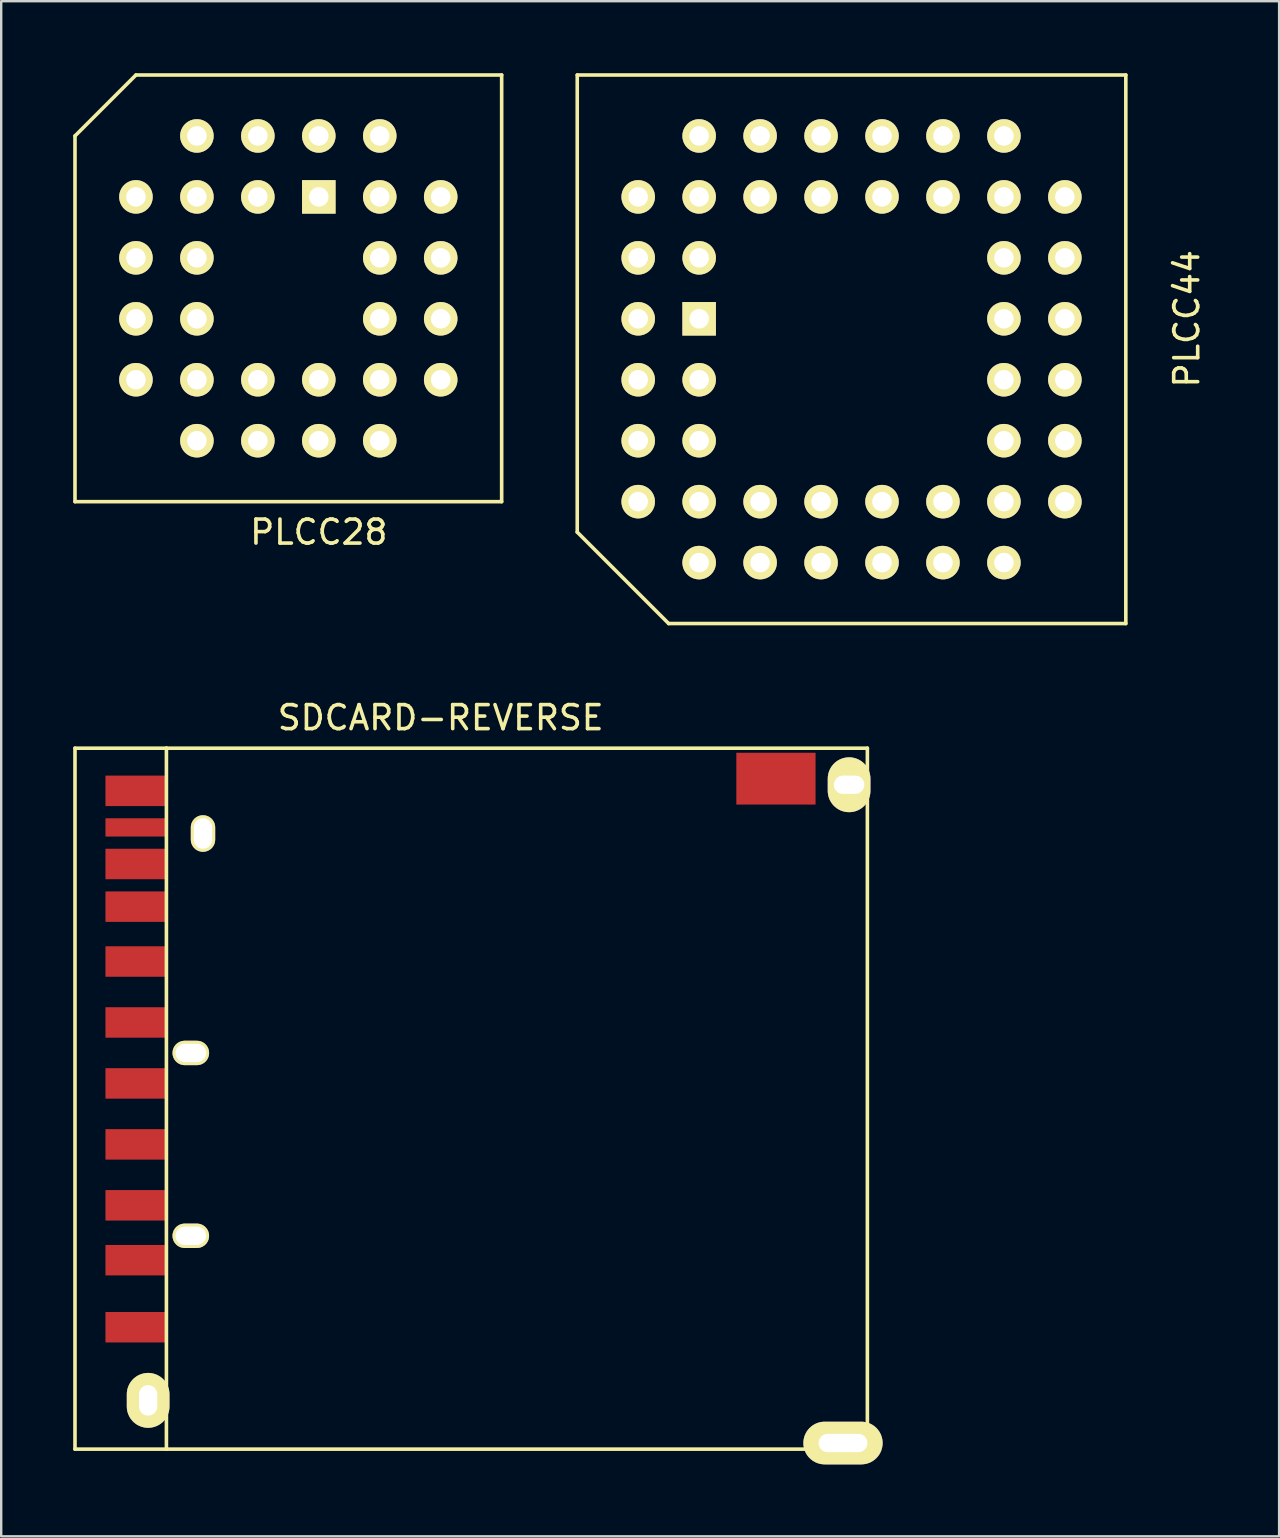
<source format=kicad_pcb>
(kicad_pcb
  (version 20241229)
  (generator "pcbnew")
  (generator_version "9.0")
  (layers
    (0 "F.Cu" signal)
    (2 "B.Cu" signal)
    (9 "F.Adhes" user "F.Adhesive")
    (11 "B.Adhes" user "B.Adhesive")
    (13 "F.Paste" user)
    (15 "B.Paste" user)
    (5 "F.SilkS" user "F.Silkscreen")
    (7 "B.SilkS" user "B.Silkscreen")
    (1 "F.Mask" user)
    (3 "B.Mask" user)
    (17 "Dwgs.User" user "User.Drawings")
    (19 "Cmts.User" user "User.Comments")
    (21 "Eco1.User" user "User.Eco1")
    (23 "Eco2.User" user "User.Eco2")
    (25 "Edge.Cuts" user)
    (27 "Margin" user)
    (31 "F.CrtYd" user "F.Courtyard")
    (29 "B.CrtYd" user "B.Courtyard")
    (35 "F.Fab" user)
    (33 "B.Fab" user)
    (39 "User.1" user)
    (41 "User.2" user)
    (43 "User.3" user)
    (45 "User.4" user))
  (footprint "PLCC28"
    (layer "F.Cu")
    (at 8.965 8.965)
    (property "Reference" "PLCC28" (at 1.27 10.16 0) (layer "F.SilkS") (effects (font (size 1 1) (thickness 0.15))))
    (attr through_hole)
    (fp_line (start -8.89 -6.35) (end -8.89 8.89) (stroke (width 0.15) (type solid)) (layer "F.SilkS"))
    (fp_line (start -8.89 8.89) (end 8.89 8.89) (stroke (width 0.15) (type solid)) (layer "F.SilkS"))
    (fp_line (start -6.35 -8.89) (end -8.89 -6.35) (stroke (width 0.15) (type solid)) (layer "F.SilkS"))
    (fp_line (start 8.89 -8.89) (end -6.35 -8.89) (stroke (width 0.15) (type solid)) (layer "F.SilkS"))
    (fp_line (start 8.89 8.89) (end 8.89 -8.89) (stroke (width 0.15) (type solid)) (layer "F.SilkS"))
    (pad "1" thru_hole rect (at 1.27 -3.81) (size 1.397 1.397) (drill 0.813) (layers "*.Cu" "*.Mask" "F.SilkS"))
    (pad "2" thru_hole circle (at -1.27 -6.35) (size 1.397 1.397) (drill 0.813) (layers "*.Cu" "*.Mask" "F.SilkS"))
    (pad "3" thru_hole circle (at -1.27 -3.81) (size 1.397 1.397) (drill 0.813) (layers "*.Cu" "*.Mask" "F.SilkS"))
    (pad "4" thru_hole circle (at -3.81 -6.35) (size 1.397 1.397) (drill 0.813) (layers "*.Cu" "*.Mask" "F.SilkS"))
    (pad "5" thru_hole circle (at -6.35 -3.81) (size 1.397 1.397) (drill 0.813) (layers "*.Cu" "*.Mask" "F.SilkS"))
    (pad "6" thru_hole circle (at -3.81 -3.81) (size 1.397 1.397) (drill 0.813) (layers "*.Cu" "*.Mask" "F.SilkS"))
    (pad "7" thru_hole circle (at -6.35 -1.27) (size 1.397 1.397) (drill 0.813) (layers "*.Cu" "*.Mask" "F.SilkS"))
    (pad "8" thru_hole circle (at -3.81 -1.27) (size 1.397 1.397) (drill 0.813) (layers "*.Cu" "*.Mask" "F.SilkS"))
    (pad "9" thru_hole circle (at -6.35 1.27) (size 1.397 1.397) (drill 0.813) (layers "*.Cu" "*.Mask" "F.SilkS"))
    (pad "10" thru_hole circle (at -3.81 1.27) (size 1.397 1.397) (drill 0.813) (layers "*.Cu" "*.Mask" "F.SilkS"))
    (pad "11" thru_hole circle (at -6.35 3.81) (size 1.397 1.397) (drill 0.813) (layers "*.Cu" "*.Mask" "F.SilkS"))
    (pad "12" thru_hole circle (at -3.81 6.35) (size 1.397 1.397) (drill 0.813) (layers "*.Cu" "*.Mask" "F.SilkS"))
    (pad "13" thru_hole circle (at -3.81 3.81) (size 1.397 1.397) (drill 0.813) (layers "*.Cu" "*.Mask" "F.SilkS"))
    (pad "14" thru_hole circle (at -1.27 6.35) (size 1.397 1.397) (drill 0.813) (layers "*.Cu" "*.Mask" "F.SilkS"))
    (pad "15" thru_hole circle (at -1.27 3.81) (size 1.397 1.397) (drill 0.813) (layers "*.Cu" "*.Mask" "F.SilkS"))
    (pad "16" thru_hole circle (at 1.27 6.35) (size 1.397 1.397) (drill 0.813) (layers "*.Cu" "*.Mask" "F.SilkS"))
    (pad "17" thru_hole circle (at 1.27 3.81) (size 1.397 1.397) (drill 0.813) (layers "*.Cu" "*.Mask" "F.SilkS"))
    (pad "18" thru_hole circle (at 3.81 6.35) (size 1.397 1.397) (drill 0.813) (layers "*.Cu" "*.Mask" "F.SilkS"))
    (pad "19" thru_hole circle (at 6.35 3.81) (size 1.397 1.397) (drill 0.813) (layers "*.Cu" "*.Mask" "F.SilkS"))
    (pad "20" thru_hole circle (at 3.81 3.81) (size 1.397 1.397) (drill 0.813) (layers "*.Cu" "*.Mask" "F.SilkS"))
    (pad "21" thru_hole circle (at 6.35 1.27) (size 1.397 1.397) (drill 0.813) (layers "*.Cu" "*.Mask" "F.SilkS"))
    (pad "22" thru_hole circle (at 3.81 1.27) (size 1.397 1.397) (drill 0.813) (layers "*.Cu" "*.Mask" "F.SilkS"))
    (pad "23" thru_hole circle (at 6.35 -1.27) (size 1.397 1.397) (drill 0.813) (layers "*.Cu" "*.Mask" "F.SilkS"))
    (pad "24" thru_hole circle (at 3.81 -1.27) (size 1.397 1.397) (drill 0.813) (layers "*.Cu" "*.Mask" "F.SilkS"))
    (pad "25" thru_hole circle (at 6.35 -3.81) (size 1.397 1.397) (drill 0.813) (layers "*.Cu" "*.Mask" "F.SilkS"))
    (pad "26" thru_hole circle (at 3.81 -6.35) (size 1.397 1.397) (drill 0.813) (layers "*.Cu" "*.Mask" "F.SilkS"))
    (pad "27" thru_hole circle (at 3.81 -3.81) (size 1.397 1.397) (drill 0.813) (layers "*.Cu" "*.Mask" "F.SilkS"))
    (pad "28" thru_hole circle (at 1.27 -6.35) (size 1.397 1.397) (drill 0.813) (layers "*.Cu" "*.Mask" "F.SilkS")))
  (footprint "SDCARD-REVERSE"
    (layer "F.Cu")
    (at 2.615 47.178)
    (property "Reference" "SDCARD-REVERSE" (at 12.7 -20.32 0) (layer "F.SilkS") (effects (font (size 1 1) (thickness 0.15))))
    (attr through_hole)
    (fp_line (start -2.54 -19.05) (end -2.54 10.16) (stroke (width 0.15) (type solid)) (layer "F.SilkS"))
    (fp_line (start -2.54 10.16) (end 1.27 10.16) (stroke (width 0.15) (type solid)) (layer "F.SilkS"))
    (fp_line (start 1.27 -19.05) (end -2.54 -19.05) (stroke (width 0.15) (type solid)) (layer "F.SilkS"))
    (fp_line (start 1.27 -19.05) (end 1.27 10.16) (stroke (width 0.15) (type solid)) (layer "F.SilkS"))
    (fp_line (start 30.48 -19.05) (end 1.27 -19.05) (stroke (width 0.15) (type solid)) (layer "F.SilkS"))
    (fp_line (start 30.48 -19.05) (end 30.48 10.16) (stroke (width 0.15) (type solid)) (layer "F.SilkS"))
    (fp_line (start 30.48 10.16) (end 1.27 10.16) (stroke (width 0.15) (type solid)) (layer "F.SilkS"))
    (pad "1" smd rect (at 0 2.286) (size 2.54 1.27) (layers "F.Cu" "F.Mask" "F.Paste"))
    (pad "2" smd rect (at 0 0) (size 2.54 1.27) (layers "F.Cu" "F.Mask" "F.Paste"))
    (pad "3" smd rect (at 0 -2.54) (size 2.54 1.27) (layers "F.Cu" "F.Mask" "F.Paste"))
    (pad "4" smd rect (at 0 -5.08) (size 2.54 1.27) (layers "F.Cu" "F.Mask" "F.Paste"))
    (pad "5" smd rect (at 0 -7.62) (size 2.54 1.27) (layers "F.Cu" "F.Mask" "F.Paste"))
    (pad "6" smd rect (at 0 -10.16) (size 2.54 1.27) (layers "F.Cu" "F.Mask" "F.Paste"))
    (pad "7" smd rect (at 0 -12.446) (size 2.54 1.27) (layers "F.Cu" "F.Mask" "F.Paste"))
    (pad "8" smd rect (at 0 -14.224) (size 2.54 1.27) (layers "F.Cu" "F.Mask" "F.Paste"))
    (pad "9" smd rect (at 0 5.08) (size 2.54 1.27) (layers "F.Cu" "F.Mask" "F.Paste"))
    (pad "10" smd rect (at 0 -15.748) (size 2.54 0.762) (layers "F.Cu" "F.Mask" "F.Paste"))
    (pad "11" smd rect (at 0 -17.272) (size 2.54 1.27) (layers "F.Cu" "F.Mask" "F.Paste"))
    (pad "12" smd rect (at 26.67 -17.78) (size 3.302 2.159) (layers "F.Cu" "F.Mask" "F.Paste"))
    (pad "13" thru_hole oval (at 2.794 -15.494) (size 1.016 1.524) (drill oval 0.762 1.27) (layers "*.Cu" "*.Mask" "F.SilkS"))
    (pad "14" thru_hole oval (at 2.286 -6.35) (size 1.524 1.016) (drill oval 1.27 0.762) (layers "*.Cu" "*.Mask" "F.SilkS"))
    (pad "15" thru_hole oval (at 2.286 1.27) (size 1.524 1.016) (drill oval 1.27 0.762) (layers "*.Cu" "*.Mask" "F.SilkS"))
    (pad "16" thru_hole oval (at 0.508 8.128) (size 1.778 2.286) (drill oval 0.762 1.27) (layers "*.Cu" "*.Mask" "F.SilkS"))
    (pad "17" thru_hole oval (at 29.464 9.906) (size 3.302 1.778) (drill oval 2.032 0.762) (layers "*.Cu" "*.Mask" "F.SilkS"))
    (pad "18" thru_hole oval (at 29.718 -17.526) (size 1.778 2.286) (drill oval 1.27 0.762) (layers "*.Cu" "*.Mask" "F.SilkS")))
  (footprint "PLCC44"
    (layer "F.Cu")
    (at 32.435 11.505)
    (property "Reference" "PLCC44" (at 13.97 -1.27 90) (layer "F.SilkS") (effects (font (size 1 1) (thickness 0.15))))
    (attr through_hole)
    (fp_line (start -11.43 -11.43) (end -11.43 7.62) (stroke (width 0.15) (type solid)) (layer "F.SilkS"))
    (fp_line (start -11.43 7.62) (end -7.62 11.43) (stroke (width 0.15) (type solid)) (layer "F.SilkS"))
    (fp_line (start -7.62 11.43) (end 11.43 11.43) (stroke (width 0.15) (type solid)) (layer "F.SilkS"))
    (fp_line (start 11.43 -11.43) (end -11.43 -11.43) (stroke (width 0.15) (type solid)) (layer "F.SilkS"))
    (fp_line (start 11.43 11.43) (end 11.43 -11.43) (stroke (width 0.15) (type solid)) (layer "F.SilkS"))
    (pad "1" thru_hole rect (at -6.35 -1.27) (size 1.397 1.397) (drill 0.813) (layers "*.Cu" "*.Mask" "F.SilkS"))
    (pad "2" thru_hole circle (at -8.89 1.27) (size 1.397 1.397) (drill 0.813) (layers "*.Cu" "*.Mask" "F.SilkS"))
    (pad "3" thru_hole circle (at -6.35 1.27) (size 1.397 1.397) (drill 0.813) (layers "*.Cu" "*.Mask" "F.SilkS"))
    (pad "4" thru_hole circle (at -8.89 3.81) (size 1.397 1.397) (drill 0.813) (layers "*.Cu" "*.Mask" "F.SilkS"))
    (pad "5" thru_hole circle (at -6.35 3.81) (size 1.397 1.397) (drill 0.813) (layers "*.Cu" "*.Mask" "F.SilkS"))
    (pad "6" thru_hole circle (at -8.89 6.35) (size 1.397 1.397) (drill 0.813) (layers "*.Cu" "*.Mask" "F.SilkS"))
    (pad "7" thru_hole circle (at -6.35 8.89) (size 1.397 1.397) (drill 0.813) (layers "*.Cu" "*.Mask" "F.SilkS"))
    (pad "8" thru_hole circle (at -6.35 6.35) (size 1.397 1.397) (drill 0.813) (layers "*.Cu" "*.Mask" "F.SilkS"))
    (pad "9" thru_hole circle (at -3.81 8.89) (size 1.397 1.397) (drill 0.813) (layers "*.Cu" "*.Mask" "F.SilkS"))
    (pad "10" thru_hole circle (at -3.81 6.35) (size 1.397 1.397) (drill 0.813) (layers "*.Cu" "*.Mask" "F.SilkS"))
    (pad "11" thru_hole circle (at -1.27 8.89) (size 1.397 1.397) (drill 0.813) (layers "*.Cu" "*.Mask" "F.SilkS"))
    (pad "12" thru_hole circle (at -1.27 6.35) (size 1.397 1.397) (drill 0.813) (layers "*.Cu" "*.Mask" "F.SilkS"))
    (pad "13" thru_hole circle (at 1.27 8.89) (size 1.397 1.397) (drill 0.813) (layers "*.Cu" "*.Mask" "F.SilkS"))
    (pad "14" thru_hole circle (at 1.27 6.35) (size 1.397 1.397) (drill 0.813) (layers "*.Cu" "*.Mask" "F.SilkS"))
    (pad "15" thru_hole circle (at 3.81 8.89) (size 1.397 1.397) (drill 0.813) (layers "*.Cu" "*.Mask" "F.SilkS"))
    (pad "16" thru_hole circle (at 3.81 6.35) (size 1.397 1.397) (drill 0.813) (layers "*.Cu" "*.Mask" "F.SilkS"))
    (pad "17" thru_hole circle (at 6.35 8.89) (size 1.397 1.397) (drill 0.813) (layers "*.Cu" "*.Mask" "F.SilkS"))
    (pad "18" thru_hole circle (at 8.89 6.35) (size 1.397 1.397) (drill 0.813) (layers "*.Cu" "*.Mask" "F.SilkS"))
    (pad "19" thru_hole circle (at 6.35 6.35) (size 1.397 1.397) (drill 0.813) (layers "*.Cu" "*.Mask" "F.SilkS"))
    (pad "20" thru_hole circle (at 8.89 3.81) (size 1.397 1.397) (drill 0.813) (layers "*.Cu" "*.Mask" "F.SilkS"))
    (pad "21" thru_hole circle (at 6.35 3.81) (size 1.397 1.397) (drill 0.813) (layers "*.Cu" "*.Mask" "F.SilkS"))
    (pad "22" thru_hole circle (at 8.89 1.27) (size 1.397 1.397) (drill 0.813) (layers "*.Cu" "*.Mask" "F.SilkS"))
    (pad "23" thru_hole circle (at 6.35 1.27) (size 1.397 1.397) (drill 0.813) (layers "*.Cu" "*.Mask" "F.SilkS"))
    (pad "24" thru_hole circle (at 8.89 -1.27) (size 1.397 1.397) (drill 0.813) (layers "*.Cu" "*.Mask" "F.SilkS"))
    (pad "25" thru_hole circle (at 6.35 -1.27) (size 1.397 1.397) (drill 0.813) (layers "*.Cu" "*.Mask" "F.SilkS"))
    (pad "26" thru_hole circle (at 8.89 -3.81) (size 1.397 1.397) (drill 0.813) (layers "*.Cu" "*.Mask" "F.SilkS"))
    (pad "27" thru_hole circle (at 6.35 -3.81) (size 1.397 1.397) (drill 0.813) (layers "*.Cu" "*.Mask" "F.SilkS"))
    (pad "28" thru_hole circle (at 8.89 -6.35) (size 1.397 1.397) (drill 0.813) (layers "*.Cu" "*.Mask" "F.SilkS"))
    (pad "29" thru_hole circle (at 6.35 -8.89) (size 1.397 1.397) (drill 0.813) (layers "*.Cu" "*.Mask" "F.SilkS"))
    (pad "30" thru_hole circle (at 6.35 -6.35) (size 1.397 1.397) (drill 0.813) (layers "*.Cu" "*.Mask" "F.SilkS"))
    (pad "31" thru_hole circle (at 3.81 -8.89) (size 1.397 1.397) (drill 0.813) (layers "*.Cu" "*.Mask" "F.SilkS"))
    (pad "32" thru_hole circle (at 3.81 -6.35) (size 1.397 1.397) (drill 0.813) (layers "*.Cu" "*.Mask" "F.SilkS"))
    (pad "33" thru_hole circle (at 1.27 -8.89) (size 1.397 1.397) (drill 0.813) (layers "*.Cu" "*.Mask" "F.SilkS"))
    (pad "34" thru_hole circle (at 1.27 -6.35) (size 1.397 1.397) (drill 0.813) (layers "*.Cu" "*.Mask" "F.SilkS"))
    (pad "35" thru_hole circle (at -1.27 -8.89) (size 1.397 1.397) (drill 0.813) (layers "*.Cu" "*.Mask" "F.SilkS"))
    (pad "36" thru_hole circle (at -1.27 -6.35) (size 1.397 1.397) (drill 0.813) (layers "*.Cu" "*.Mask" "F.SilkS"))
    (pad "37" thru_hole circle (at -3.81 -8.89) (size 1.397 1.397) (drill 0.813) (layers "*.Cu" "*.Mask" "F.SilkS"))
    (pad "38" thru_hole circle (at -3.81 -6.35) (size 1.397 1.397) (drill 0.813) (layers "*.Cu" "*.Mask" "F.SilkS"))
    (pad "39" thru_hole circle (at -6.35 -8.89) (size 1.397 1.397) (drill 0.813) (layers "*.Cu" "*.Mask" "F.SilkS"))
    (pad "40" thru_hole circle (at -8.89 -6.35) (size 1.397 1.397) (drill 0.813) (layers "*.Cu" "*.Mask" "F.SilkS"))
    (pad "41" thru_hole circle (at -6.35 -6.35) (size 1.397 1.397) (drill 0.813) (layers "*.Cu" "*.Mask" "F.SilkS"))
    (pad "42" thru_hole circle (at -8.89 -3.81) (size 1.397 1.397) (drill 0.813) (layers "*.Cu" "*.Mask" "F.SilkS"))
    (pad "43" thru_hole circle (at -6.35 -3.81) (size 1.397 1.397) (drill 0.813) (layers "*.Cu" "*.Mask" "F.SilkS"))
    (pad "44" thru_hole circle (at -8.89 -1.27) (size 1.397 1.397) (drill 0.813) (layers "*.Cu" "*.Mask" "F.SilkS")))
  (gr_rect
    (start -3 -3)
    (end 50.253 60.973)
    (stroke (width 0.1) (type default))
    (fill no)
    (layer "Edge.Cuts")))
</source>
